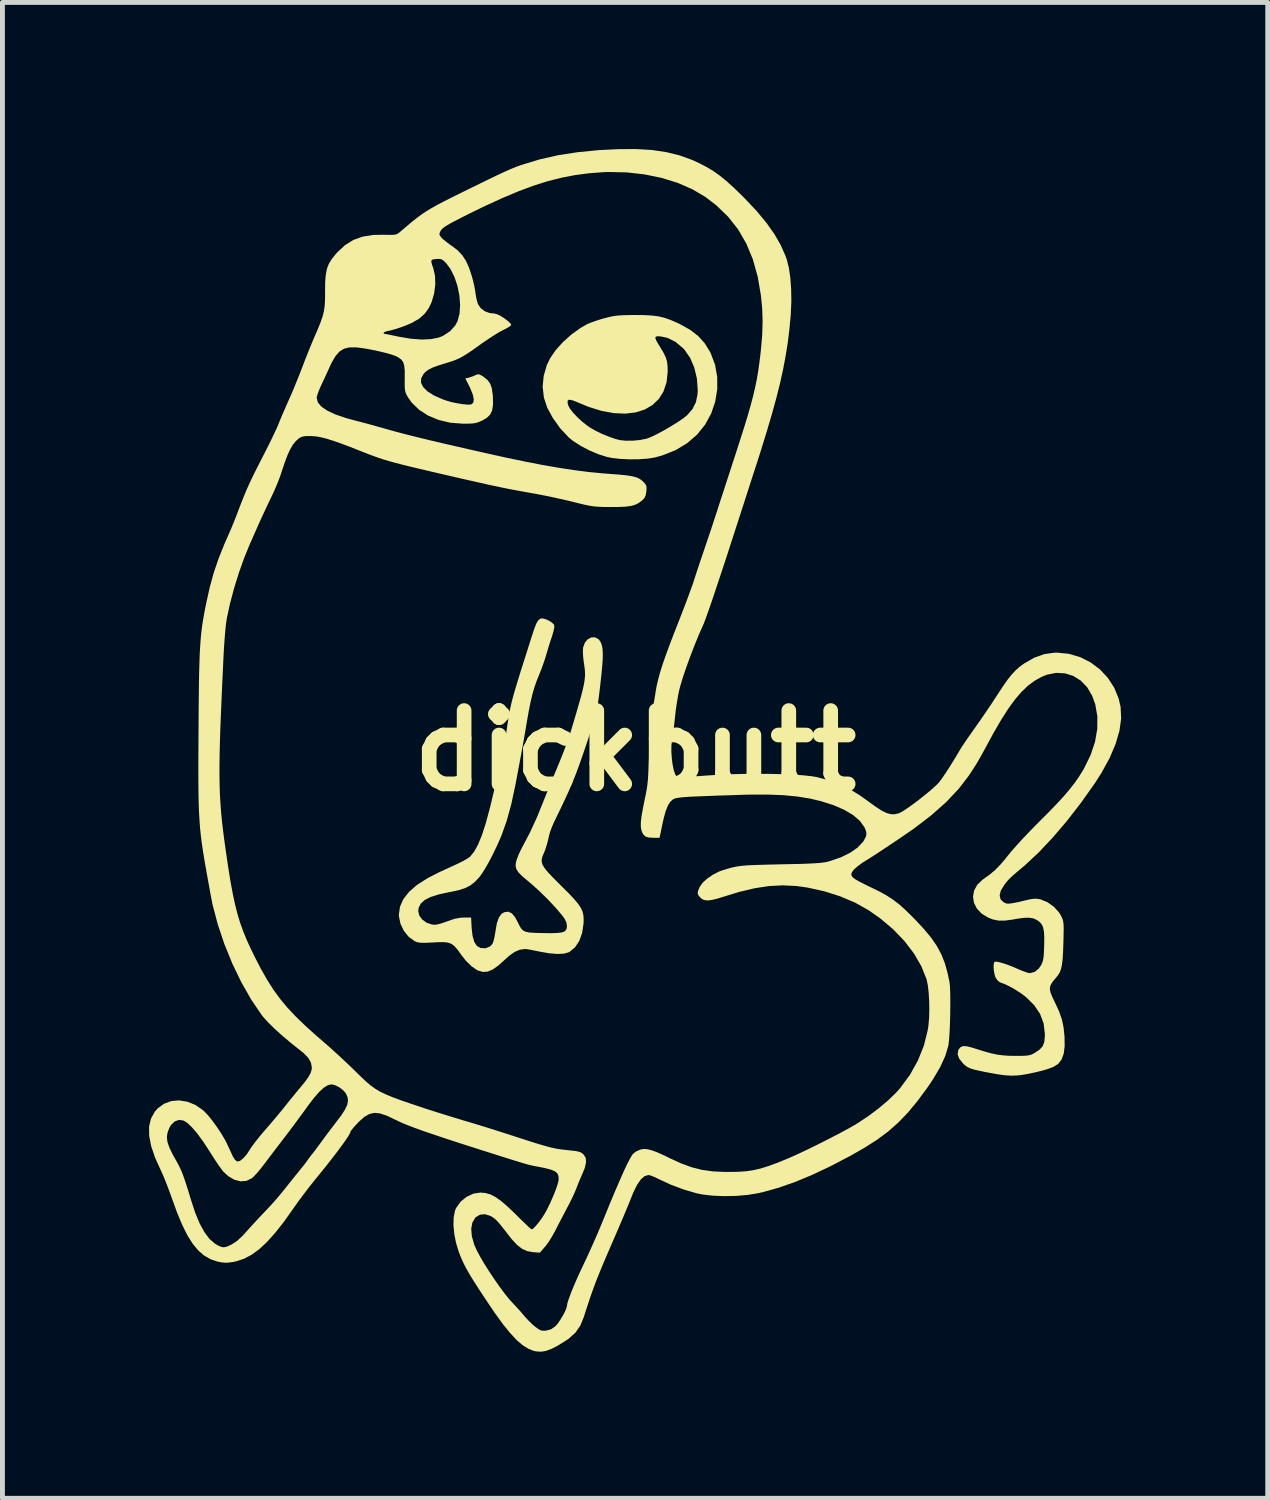
<source format=kicad_pcb>
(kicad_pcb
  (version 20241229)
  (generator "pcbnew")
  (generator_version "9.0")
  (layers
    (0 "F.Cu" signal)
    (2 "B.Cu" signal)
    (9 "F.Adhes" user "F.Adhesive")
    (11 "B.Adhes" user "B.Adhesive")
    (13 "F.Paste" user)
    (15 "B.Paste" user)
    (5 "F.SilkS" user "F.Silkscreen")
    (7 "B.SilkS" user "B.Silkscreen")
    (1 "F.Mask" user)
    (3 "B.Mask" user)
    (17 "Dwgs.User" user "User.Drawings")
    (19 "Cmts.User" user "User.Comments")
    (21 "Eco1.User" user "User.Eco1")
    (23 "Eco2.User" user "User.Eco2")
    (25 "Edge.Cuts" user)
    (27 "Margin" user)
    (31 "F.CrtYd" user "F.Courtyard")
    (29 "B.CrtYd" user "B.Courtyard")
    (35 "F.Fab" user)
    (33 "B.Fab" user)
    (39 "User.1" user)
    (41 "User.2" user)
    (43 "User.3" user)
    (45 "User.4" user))
  (footprint "dickbutt"
    (layer "F.Cu")
    (at 9.946 12.31)
    (property "Reference" "dickbutt" (at 0 0 0) (layer "F.SilkS") (effects (font (size 1.5 1.5) (thickness 0.3))))
    (attr board_only exclude_from_pos_files exclude_from_bom)
    (fp_poly (pts (xy 0.184 -8.913) (xy 0.343 -8.904) (xy 0.479 -8.887) (xy 0.602 -8.857) (xy 0.726 -8.813) (xy 0.864 -8.753) (xy 0.918 -8.727) (xy 1.124 -8.612) (xy 1.29 -8.484) (xy 1.423 -8.336) (xy 1.532 -8.159) (xy 1.546 -8.131) (xy 1.634 -7.897) (xy 1.678 -7.649) (xy 1.679 -7.395) (xy 1.637 -7.141) (xy 1.554 -6.897) (xy 1.432 -6.674) (xy 1.265 -6.466) (xy 1.06 -6.29) (xy 0.822 -6.148) (xy 0.552 -6.041) (xy 0.398 -5.999) (xy 0.253 -5.976) (xy 0.075 -5.964) (xy -0.117 -5.962) (xy -0.307 -5.971) (xy -0.478 -5.991) (xy -0.581 -6.012) (xy -0.755 -6.067) (xy -0.938 -6.145) (xy -1.114 -6.237) (xy -1.268 -6.336) (xy -1.36 -6.41) (xy -1.533 -6.595) (xy -1.687 -6.811) (xy -1.798 -7.015) (xy -1.845 -7.156) (xy -1.384 -7.156) (xy -1.381 -7.107) (xy -1.372 -7.07) (xy -1.338 -7.004) (xy -1.272 -6.918) (xy -1.183 -6.824) (xy -1.081 -6.73) (xy -0.974 -6.646) (xy -0.916 -6.607) (xy -0.804 -6.543) (xy -0.669 -6.479) (xy -0.528 -6.422) (xy -0.398 -6.377) (xy -0.31 -6.355) (xy -0.188 -6.343) (xy -0.043 -6.344) (xy 0.102 -6.358) (xy 0.226 -6.383) (xy 0.258 -6.393) (xy 0.354 -6.433) (xy 0.475 -6.493) (xy 0.61 -6.567) (xy 0.748 -6.648) (xy 0.876 -6.728) (xy 0.983 -6.801) (xy 1.057 -6.86) (xy 1.058 -6.86) (xy 1.172 -6.99) (xy 1.243 -7.132) (xy 1.276 -7.296) (xy 1.28 -7.38) (xy 1.262 -7.618) (xy 1.209 -7.839) (xy 1.125 -8.036) (xy 1.012 -8.2) (xy 0.975 -8.24) (xy 0.823 -8.366) (xy 0.665 -8.445) (xy 0.53 -8.476) (xy 0.459 -8.481) (xy 0.42 -8.471) (xy 0.412 -8.441) (xy 0.435 -8.385) (xy 0.488 -8.295) (xy 0.502 -8.273) (xy 0.576 -8.15) (xy 0.624 -8.051) (xy 0.652 -7.96) (xy 0.663 -7.861) (xy 0.665 -7.754) (xy 0.642 -7.539) (xy 0.58 -7.353) (xy 0.484 -7.198) (xy 0.355 -7.074) (xy 0.196 -6.981) (xy 0.01 -6.922) (xy -0.201 -6.897) (xy -0.433 -6.907) (xy -0.684 -6.952) (xy -0.952 -7.035) (xy -1.115 -7.102) (xy -1.235 -7.152) (xy -1.316 -7.178) (xy -1.364 -7.18) (xy -1.384 -7.156) (xy -1.845 -7.156) (xy -1.868 -7.225) (xy -1.893 -7.447) (xy -1.872 -7.671) (xy -1.808 -7.89) (xy -1.739 -8.033) (xy -1.625 -8.198) (xy -1.476 -8.363) (xy -1.303 -8.518) (xy -1.117 -8.651) (xy -0.983 -8.728) (xy -0.912 -8.758) (xy -0.81 -8.794) (xy -0.694 -8.831) (xy -0.637 -8.847) (xy -0.534 -8.874) (xy -0.444 -8.892) (xy -0.354 -8.904) (xy -0.248 -8.911) (xy -0.115 -8.914) (xy -0.012 -8.915)) (stroke (width 0) (type solid)) (fill yes) (layer "F.SilkS"))
    (fp_poly (pts (xy -1.823 -2.687) (xy -1.781 -2.669) (xy -1.713 -2.629) (xy -1.666 -2.586) (xy -1.656 -2.569) (xy -1.656 -2.523) (xy -1.671 -2.446) (xy -1.698 -2.354) (xy -1.702 -2.342) (xy -1.741 -2.225) (xy -1.783 -2.089) (xy -1.819 -1.966) (xy -1.859 -1.839) (xy -1.908 -1.699) (xy -1.956 -1.578) (xy -2.014 -1.434) (xy -2.063 -1.295) (xy -2.105 -1.148) (xy -2.144 -0.982) (xy -2.182 -0.787) (xy -2.215 -0.6) (xy -2.244 -0.426) (xy -2.277 -0.238) (xy -2.31 -0.055) (xy -2.339 0.107) (xy -2.352 0.173) (xy -2.379 0.318) (xy -2.407 0.466) (xy -2.432 0.6) (xy -2.452 0.704) (xy -2.452 0.705) (xy -2.535 1.094) (xy -2.631 1.441) (xy -2.739 1.742) (xy -2.747 1.761) (xy -2.824 1.937) (xy -2.908 2.112) (xy -2.993 2.275) (xy -3.075 2.419) (xy -3.148 2.532) (xy -3.195 2.594) (xy -3.282 2.685) (xy -3.37 2.754) (xy -3.469 2.806) (xy -3.591 2.847) (xy -3.747 2.883) (xy -3.809 2.894) (xy -4.02 2.94) (xy -4.185 2.992) (xy -4.306 3.054) (xy -4.387 3.127) (xy -4.43 3.212) (xy -4.439 3.284) (xy -4.416 3.375) (xy -4.355 3.456) (xy -4.265 3.52) (xy -4.157 3.556) (xy -4.096 3.561) (xy -4.038 3.552) (xy -3.952 3.528) (xy -3.854 3.494) (xy -3.837 3.487) (xy -3.694 3.438) (xy -3.568 3.416) (xy -3.505 3.413) (xy -3.357 3.413) (xy -3.347 3.618) (xy -3.328 3.787) (xy -3.292 3.912) (xy -3.237 3.995) (xy -3.163 4.036) (xy -3.162 4.037) (xy -3.059 4.041) (xy -2.97 4.004) (xy -2.921 3.952) (xy -2.901 3.901) (xy -2.88 3.817) (xy -2.862 3.716) (xy -2.858 3.688) (xy -2.83 3.527) (xy -2.788 3.411) (xy -2.733 3.336) (xy -2.677 3.304) (xy -2.597 3.293) (xy -2.527 3.325) (xy -2.461 3.401) (xy -2.414 3.486) (xy -2.371 3.573) (xy -2.334 3.636) (xy -2.293 3.678) (xy -2.241 3.704) (xy -2.166 3.719) (xy -2.062 3.726) (xy -1.918 3.73) (xy -1.897 3.73) (xy -1.727 3.733) (xy -1.599 3.729) (xy -1.509 3.719) (xy -1.45 3.7) (xy -1.416 3.67) (xy -1.4 3.628) (xy -1.397 3.585) (xy -1.407 3.514) (xy -1.442 3.441) (xy -1.493 3.371) (xy -1.625 3.215) (xy -1.782 3.047) (xy -1.951 2.881) (xy -2.115 2.732) (xy -2.193 2.667) (xy -2.308 2.57) (xy -2.386 2.492) (xy -2.431 2.423) (xy -2.447 2.355) (xy -2.439 2.279) (xy -2.421 2.218) (xy -2.386 2.127) (xy -2.337 2.023) (xy -2.302 1.957) (xy -2.154 1.674) (xy -2.01 1.363) (xy -1.909 1.113) (xy -1.863 0.998) (xy -1.804 0.85) (xy -1.736 0.683) (xy -1.665 0.51) (xy -1.599 0.353) (xy -1.534 0.195) (xy -1.471 0.037) (xy -1.415 -0.11) (xy -1.369 -0.233) (xy -1.339 -0.323) (xy -1.338 -0.327) (xy -1.26 -0.588) (xy -1.195 -0.807) (xy -1.143 -0.989) (xy -1.101 -1.139) (xy -1.07 -1.263) (xy -1.048 -1.365) (xy -1.034 -1.451) (xy -1.027 -1.526) (xy -1.027 -1.596) (xy -1.031 -1.664) (xy -1.041 -1.738) (xy -1.053 -1.821) (xy -1.055 -1.832) (xy -1.066 -1.938) (xy -1.07 -2.038) (xy -1.066 -2.111) (xy -1.065 -2.113) (xy -1.03 -2.21) (xy -0.972 -2.28) (xy -0.9 -2.318) (xy -0.824 -2.321) (xy -0.754 -2.284) (xy -0.733 -2.262) (xy -0.704 -2.217) (xy -0.683 -2.162) (xy -0.669 -2.091) (xy -0.663 -2.001) (xy -0.664 -1.886) (xy -0.674 -1.74) (xy -0.691 -1.56) (xy -0.715 -1.34) (xy -0.74 -1.133) (xy -0.755 -1.02) (xy -0.768 -0.925) (xy -0.784 -0.84) (xy -0.803 -0.755) (xy -0.828 -0.661) (xy -0.862 -0.549) (xy -0.907 -0.41) (xy -0.964 -0.236) (xy -0.977 -0.198) (xy -1.063 0.058) (xy -1.14 0.278) (xy -1.212 0.472) (xy -1.284 0.652) (xy -1.36 0.828) (xy -1.444 1.011) (xy -1.534 1.2) (xy -1.607 1.349) (xy -1.661 1.463) (xy -1.7 1.551) (xy -1.728 1.623) (xy -1.749 1.687) (xy -1.766 1.752) (xy -1.781 1.821) (xy -1.809 1.926) (xy -1.843 2.031) (xy -1.865 2.086) (xy -1.895 2.156) (xy -1.912 2.217) (xy -1.913 2.274) (xy -1.895 2.333) (xy -1.855 2.4) (xy -1.79 2.481) (xy -1.696 2.581) (xy -1.571 2.707) (xy -1.501 2.777) (xy -1.358 2.919) (xy -1.249 3.035) (xy -1.168 3.131) (xy -1.112 3.215) (xy -1.077 3.292) (xy -1.059 3.37) (xy -1.054 3.456) (xy -1.057 3.536) (xy -1.085 3.727) (xy -1.144 3.891) (xy -1.23 4.021) (xy -1.342 4.114) (xy -1.359 4.123) (xy -1.454 4.151) (xy -1.588 4.158) (xy -1.756 4.145) (xy -1.952 4.111) (xy -1.966 4.108) (xy -2.073 4.086) (xy -2.166 4.068) (xy -2.231 4.058) (xy -2.251 4.057) (xy -2.358 4.07) (xy -2.464 4.115) (xy -2.579 4.196) (xy -2.67 4.278) (xy -2.804 4.398) (xy -2.919 4.478) (xy -3.021 4.52) (xy -3.116 4.526) (xy -3.21 4.499) (xy -3.24 4.485) (xy -3.35 4.409) (xy -3.463 4.298) (xy -3.556 4.18) (xy -3.632 4.074) (xy -3.696 4) (xy -3.758 3.952) (xy -3.83 3.925) (xy -3.923 3.916) (xy -4.048 3.918) (xy -4.137 3.923) (xy -4.267 3.929) (xy -4.359 3.93) (xy -4.424 3.925) (xy -4.473 3.913) (xy -4.514 3.895) (xy -4.635 3.807) (xy -4.733 3.685) (xy -4.802 3.541) (xy -4.834 3.388) (xy -4.835 3.352) (xy -4.812 3.19) (xy -4.743 3.035) (xy -4.626 2.886) (xy -4.462 2.744) (xy -4.249 2.608) (xy -4.011 2.486) (xy -3.889 2.43) (xy -3.752 2.367) (xy -3.629 2.311) (xy -3.533 2.263) (xy -3.448 2.215) (xy -3.389 2.176) (xy -3.38 2.169) (xy -3.298 2.069) (xy -3.217 1.924) (xy -3.138 1.733) (xy -3.06 1.495) (xy -2.983 1.209) (xy -2.967 1.147) (xy -2.903 0.881) (xy -2.849 0.656) (xy -2.804 0.466) (xy -2.767 0.305) (xy -2.736 0.165) (xy -2.71 0.041) (xy -2.688 -0.074) (xy -2.668 -0.187) (xy -2.648 -0.305) (xy -2.628 -0.433) (xy -2.611 -0.55) (xy -2.596 -0.646) (xy -2.582 -0.732) (xy -2.568 -0.813) (xy -2.551 -0.894) (xy -2.531 -0.98) (xy -2.507 -1.074) (xy -2.477 -1.183) (xy -2.439 -1.311) (xy -2.393 -1.463) (xy -2.337 -1.644) (xy -2.269 -1.858) (xy -2.189 -2.11) (xy -2.112 -2.352) (xy -2.063 -2.5) (xy -2.022 -2.604) (xy -1.982 -2.67) (xy -1.938 -2.703) (xy -1.887 -2.707)) (stroke (width 0) (type solid)) (fill yes) (layer "F.SilkS"))
    (fp_poly (pts (xy 0.344 -12.291) (xy 0.634 -12.248) (xy 0.904 -12.182) (xy 1.16 -12.09) (xy 1.311 -12.021) (xy 1.461 -11.943) (xy 1.599 -11.86) (xy 1.733 -11.765) (xy 1.872 -11.652) (xy 2.023 -11.515) (xy 2.196 -11.347) (xy 2.238 -11.304) (xy 2.482 -11.046) (xy 2.684 -10.803) (xy 2.848 -10.571) (xy 2.978 -10.345) (xy 3.077 -10.12) (xy 3.102 -10.048) (xy 3.144 -9.882) (xy 3.174 -9.679) (xy 3.191 -9.447) (xy 3.195 -9.198) (xy 3.184 -8.941) (xy 3.181 -8.895) (xy 3.155 -8.621) (xy 3.122 -8.352) (xy 3.079 -8.082) (xy 3.027 -7.806) (xy 2.963 -7.517) (xy 2.886 -7.21) (xy 2.794 -6.877) (xy 2.687 -6.515) (xy 2.563 -6.115) (xy 2.498 -5.911) (xy 2.456 -5.782) (xy 2.402 -5.616) (xy 2.34 -5.423) (xy 2.272 -5.213) (xy 2.202 -4.996) (xy 2.133 -4.782) (xy 2.114 -4.724) (xy 1.977 -4.3) (xy 1.854 -3.921) (xy 1.744 -3.588) (xy 1.648 -3.3) (xy 1.567 -3.058) (xy 1.499 -2.863) (xy 1.446 -2.714) (xy 1.407 -2.611) (xy 1.39 -2.572) (xy 1.3 -2.368) (xy 1.21 -2.147) (xy 1.123 -1.921) (xy 1.043 -1.7) (xy 0.974 -1.496) (xy 0.921 -1.319) (xy 0.901 -1.242) (xy 0.878 -1.131) (xy 0.854 -0.988) (xy 0.831 -0.834) (xy 0.815 -0.693) (xy 0.8 -0.553) (xy 0.783 -0.417) (xy 0.767 -0.299) (xy 0.753 -0.214) (xy 0.753 -0.21) (xy 0.741 -0.104) (xy 0.74 0.02) (xy 0.749 0.153) (xy 0.765 0.281) (xy 0.788 0.393) (xy 0.816 0.478) (xy 0.845 0.523) (xy 0.871 0.531) (xy 0.927 0.535) (xy 1.016 0.534) (xy 1.143 0.528) (xy 1.312 0.518) (xy 1.465 0.507) (xy 1.71 0.492) (xy 1.969 0.481) (xy 2.236 0.474) (xy 2.503 0.472) (xy 2.764 0.474) (xy 3.011 0.48) (xy 3.237 0.489) (xy 3.436 0.503) (xy 3.599 0.52) (xy 3.721 0.54) (xy 3.722 0.541) (xy 3.968 0.606) (xy 4.188 0.686) (xy 4.395 0.788) (xy 4.604 0.918) (xy 4.773 1.039) (xy 4.923 1.147) (xy 5.043 1.225) (xy 5.143 1.274) (xy 5.228 1.298) (xy 5.306 1.3) (xy 5.385 1.283) (xy 5.396 1.279) (xy 5.457 1.249) (xy 5.546 1.192) (xy 5.654 1.116) (xy 5.774 1.027) (xy 5.895 0.932) (xy 6.011 0.838) (xy 6.112 0.75) (xy 6.189 0.677) (xy 6.222 0.64) (xy 6.279 0.563) (xy 6.354 0.453) (xy 6.44 0.32) (xy 6.531 0.173) (xy 6.621 0.023) (xy 6.649 -0.025) (xy 6.685 -0.083) (xy 6.744 -0.171) (xy 6.819 -0.28) (xy 6.904 -0.401) (xy 6.961 -0.482) (xy 7.064 -0.629) (xy 7.177 -0.793) (xy 7.288 -0.957) (xy 7.384 -1.104) (xy 7.411 -1.145) (xy 7.524 -1.318) (xy 7.62 -1.455) (xy 7.707 -1.563) (xy 7.789 -1.65) (xy 7.873 -1.724) (xy 7.955 -1.783) (xy 8.166 -1.904) (xy 8.375 -1.978) (xy 8.59 -2.007) (xy 8.632 -2.007) (xy 8.874 -1.983) (xy 9.105 -1.915) (xy 9.318 -1.807) (xy 9.509 -1.664) (xy 9.671 -1.49) (xy 9.801 -1.289) (xy 9.892 -1.068) (xy 9.931 -0.897) (xy 9.943 -0.665) (xy 9.909 -0.413) (xy 9.831 -0.143) (xy 9.709 0.145) (xy 9.542 0.45) (xy 9.404 0.666) (xy 9.124 1.061) (xy 8.838 1.431) (xy 8.548 1.771) (xy 8.261 2.076) (xy 7.979 2.339) (xy 7.904 2.403) (xy 7.799 2.491) (xy 7.723 2.557) (xy 7.668 2.608) (xy 7.625 2.653) (xy 7.586 2.7) (xy 7.546 2.753) (xy 7.479 2.866) (xy 7.457 2.964) (xy 7.478 3.044) (xy 7.542 3.103) (xy 7.598 3.127) (xy 7.647 3.129) (xy 7.732 3.117) (xy 7.843 3.095) (xy 7.916 3.078) (xy 8.037 3.049) (xy 8.124 3.032) (xy 8.188 3.027) (xy 8.244 3.031) (xy 8.293 3.041) (xy 8.435 3.099) (xy 8.567 3.193) (xy 8.673 3.31) (xy 8.709 3.371) (xy 8.732 3.417) (xy 8.749 3.459) (xy 8.759 3.505) (xy 8.765 3.563) (xy 8.767 3.643) (xy 8.765 3.754) (xy 8.762 3.904) (xy 8.761 3.931) (xy 8.754 4.12) (xy 8.745 4.267) (xy 8.731 4.38) (xy 8.712 4.468) (xy 8.685 4.538) (xy 8.648 4.597) (xy 8.609 4.645) (xy 8.539 4.728) (xy 8.497 4.798) (xy 8.483 4.866) (xy 8.496 4.943) (xy 8.536 5.042) (xy 8.585 5.144) (xy 8.672 5.331) (xy 8.731 5.499) (xy 8.766 5.668) (xy 8.784 5.849) (xy 8.787 6.043) (xy 8.768 6.196) (xy 8.726 6.314) (xy 8.66 6.402) (xy 8.567 6.464) (xy 8.562 6.466) (xy 8.462 6.505) (xy 8.329 6.545) (xy 8.178 6.582) (xy 8.025 6.614) (xy 7.886 6.637) (xy 7.815 6.644) (xy 7.686 6.648) (xy 7.551 6.639) (xy 7.393 6.616) (xy 7.333 6.605) (xy 7.159 6.573) (xy 7.027 6.545) (xy 6.928 6.522) (xy 6.855 6.498) (xy 6.801 6.473) (xy 6.758 6.444) (xy 6.718 6.408) (xy 6.709 6.4) (xy 6.63 6.302) (xy 6.597 6.212) (xy 6.61 6.128) (xy 6.619 6.111) (xy 6.655 6.066) (xy 6.703 6.044) (xy 6.774 6.045) (xy 6.876 6.069) (xy 6.957 6.094) (xy 7.132 6.149) (xy 7.275 6.189) (xy 7.398 6.216) (xy 7.515 6.232) (xy 7.64 6.241) (xy 7.766 6.243) (xy 7.895 6.243) (xy 7.986 6.24) (xy 8.051 6.232) (xy 8.102 6.218) (xy 8.151 6.195) (xy 8.172 6.183) (xy 8.271 6.118) (xy 8.334 6.05) (xy 8.369 5.965) (xy 8.381 5.851) (xy 8.382 5.788) (xy 8.356 5.579) (xy 8.284 5.386) (xy 8.165 5.208) (xy 7.999 5.043) (xy 7.891 4.961) (xy 7.736 4.863) (xy 7.583 4.784) (xy 7.465 4.739) (xy 7.42 4.706) (xy 7.377 4.648) (xy 7.373 4.639) (xy 7.351 4.572) (xy 7.337 4.49) (xy 7.333 4.409) (xy 7.339 4.346) (xy 7.354 4.318) (xy 7.395 4.316) (xy 7.471 4.332) (xy 7.574 4.363) (xy 7.693 4.407) (xy 7.82 4.461) (xy 7.916 4.502) (xy 8 4.533) (xy 8.059 4.549) (xy 8.071 4.551) (xy 8.171 4.527) (xy 8.257 4.457) (xy 8.301 4.394) (xy 8.326 4.344) (xy 8.343 4.292) (xy 8.355 4.226) (xy 8.362 4.135) (xy 8.367 4.008) (xy 8.368 3.979) (xy 8.37 3.819) (xy 8.363 3.699) (xy 8.345 3.611) (xy 8.313 3.546) (xy 8.266 3.496) (xy 8.216 3.462) (xy 8.149 3.431) (xy 8.069 3.417) (xy 7.966 3.418) (xy 7.83 3.435) (xy 7.732 3.453) (xy 7.571 3.475) (xy 7.438 3.476) (xy 7.319 3.452) (xy 7.223 3.415) (xy 7.087 3.332) (xy 6.99 3.228) (xy 6.931 3.11) (xy 6.912 2.985) (xy 6.934 2.86) (xy 6.999 2.742) (xy 7.105 2.64) (xy 7.121 2.629) (xy 7.252 2.535) (xy 7.363 2.442) (xy 7.467 2.336) (xy 7.578 2.206) (xy 7.628 2.142) (xy 7.701 2.053) (xy 7.803 1.938) (xy 7.924 1.805) (xy 8.058 1.664) (xy 8.197 1.521) (xy 8.284 1.434) (xy 8.48 1.238) (xy 8.644 1.067) (xy 8.781 0.917) (xy 8.896 0.781) (xy 8.995 0.654) (xy 9.082 0.528) (xy 9.162 0.399) (xy 9.183 0.363) (xy 9.317 0.09) (xy 9.408 -0.181) (xy 9.454 -0.447) (xy 9.456 -0.704) (xy 9.413 -0.949) (xy 9.349 -1.125) (xy 9.247 -1.299) (xy 9.117 -1.434) (xy 8.964 -1.53) (xy 8.795 -1.583) (xy 8.614 -1.593) (xy 8.428 -1.557) (xy 8.314 -1.511) (xy 8.173 -1.432) (xy 8.037 -1.331) (xy 7.904 -1.204) (xy 7.77 -1.048) (xy 7.632 -0.858) (xy 7.487 -0.631) (xy 7.331 -0.363) (xy 7.235 -0.185) (xy 7.147 -0.024) (xy 7.077 0.104) (xy 7.017 0.209) (xy 6.962 0.301) (xy 6.905 0.39) (xy 6.841 0.487) (xy 6.828 0.507) (xy 6.621 0.777) (xy 6.366 1.048) (xy 6.063 1.317) (xy 5.715 1.584) (xy 5.676 1.612) (xy 5.588 1.672) (xy 5.478 1.748) (xy 5.354 1.832) (xy 5.223 1.92) (xy 5.093 2.006) (xy 4.974 2.085) (xy 4.871 2.152) (xy 4.795 2.201) (xy 4.756 2.225) (xy 4.647 2.293) (xy 4.55 2.365) (xy 4.476 2.431) (xy 4.436 2.484) (xy 4.435 2.485) (xy 4.423 2.523) (xy 4.427 2.557) (xy 4.452 2.591) (xy 4.504 2.63) (xy 4.587 2.678) (xy 4.707 2.739) (xy 4.81 2.789) (xy 4.992 2.878) (xy 5.143 2.961) (xy 5.274 3.046) (xy 5.397 3.14) (xy 5.524 3.253) (xy 5.666 3.392) (xy 5.728 3.455) (xy 5.911 3.651) (xy 6.058 3.829) (xy 6.174 3.999) (xy 6.265 4.169) (xy 6.336 4.348) (xy 6.392 4.548) (xy 6.431 4.736) (xy 6.44 4.814) (xy 6.445 4.931) (xy 6.447 5.077) (xy 6.447 5.242) (xy 6.445 5.415) (xy 6.44 5.587) (xy 6.433 5.748) (xy 6.424 5.887) (xy 6.413 5.994) (xy 6.406 6.041) (xy 6.344 6.246) (xy 6.24 6.473) (xy 6.093 6.723) (xy 5.973 6.9) (xy 5.774 7.169) (xy 5.581 7.402) (xy 5.386 7.605) (xy 5.179 7.788) (xy 4.951 7.958) (xy 4.692 8.123) (xy 4.401 8.289) (xy 3.996 8.501) (xy 3.619 8.679) (xy 3.267 8.825) (xy 2.935 8.941) (xy 2.617 9.03) (xy 2.499 9.056) (xy 2.294 9.089) (xy 2.065 9.108) (xy 1.827 9.113) (xy 1.597 9.104) (xy 1.388 9.081) (xy 1.261 9.056) (xy 0.995 8.978) (xy 0.732 8.88) (xy 0.495 8.77) (xy 0.485 8.765) (xy 0.398 8.723) (xy 0.322 8.693) (xy 0.273 8.681) (xy 0.272 8.681) (xy 0.193 8.703) (xy 0.115 8.771) (xy 0.037 8.885) (xy -0.042 9.046) (xy -0.091 9.169) (xy -0.116 9.232) (xy -0.157 9.332) (xy -0.211 9.461) (xy -0.274 9.61) (xy -0.343 9.772) (xy -0.39 9.881) (xy -0.498 10.13) (xy -0.589 10.341) (xy -0.665 10.52) (xy -0.729 10.675) (xy -0.784 10.812) (xy -0.832 10.937) (xy -0.876 11.059) (xy -0.92 11.183) (xy -0.964 11.316) (xy -1.013 11.466) (xy -1.051 11.587) (xy -1.124 11.764) (xy -1.223 11.907) (xy -1.358 12.027) (xy -1.411 12.064) (xy -1.574 12.166) (xy -1.708 12.236) (xy -1.822 12.279) (xy -1.924 12.296) (xy -2.022 12.29) (xy -2.072 12.28) (xy -2.184 12.237) (xy -2.301 12.164) (xy -2.425 12.058) (xy -2.558 11.915) (xy -2.705 11.734) (xy -2.866 11.512) (xy -2.975 11.352) (xy -3.113 11.145) (xy -3.226 10.972) (xy -3.318 10.828) (xy -3.392 10.707) (xy -3.451 10.603) (xy -3.5 10.509) (xy -3.542 10.421) (xy -3.579 10.332) (xy -3.607 10.259) (xy -3.664 10.076) (xy -3.701 9.89) (xy -3.718 9.71) (xy -3.714 9.548) (xy -3.688 9.414) (xy -3.665 9.357) (xy -3.572 9.227) (xy -3.449 9.126) (xy -3.307 9.061) (xy -3.166 9.04) (xy -3.064 9.049) (xy -2.964 9.077) (xy -2.86 9.13) (xy -2.745 9.211) (xy -2.614 9.323) (xy -2.459 9.471) (xy -2.441 9.489) (xy -2.341 9.589) (xy -2.252 9.674) (xy -2.182 9.741) (xy -2.135 9.782) (xy -2.118 9.794) (xy -2.085 9.775) (xy -2.033 9.722) (xy -1.971 9.647) (xy -1.906 9.558) (xy -1.859 9.485) (xy -1.8 9.378) (xy -1.739 9.253) (xy -1.681 9.121) (xy -1.63 8.994) (xy -1.591 8.882) (xy -1.569 8.797) (xy -1.566 8.769) (xy -1.57 8.7) (xy -1.593 8.646) (xy -1.642 8.605) (xy -1.722 8.571) (xy -1.841 8.54) (xy -1.954 8.517) (xy -2.023 8.504) (xy -2.082 8.493) (xy -2.136 8.481) (xy -2.193 8.467) (xy -2.261 8.448) (xy -2.347 8.422) (xy -2.458 8.388) (xy -2.602 8.343) (xy -2.782 8.286) (xy -3.142 8.172) (xy -3.458 8.071) (xy -3.734 7.982) (xy -3.972 7.903) (xy -4.178 7.834) (xy -4.353 7.774) (xy -4.502 7.72) (xy -4.628 7.672) (xy -4.735 7.629) (xy -4.826 7.589) (xy -4.904 7.551) (xy -4.919 7.544) (xy -5.083 7.466) (xy -5.219 7.421) (xy -5.334 7.409) (xy -5.437 7.432) (xy -5.538 7.489) (xy -5.644 7.582) (xy -5.67 7.609) (xy -5.739 7.682) (xy -5.791 7.744) (xy -5.821 7.784) (xy -5.824 7.793) (xy -5.84 7.835) (xy -5.886 7.912) (xy -5.96 8.019) (xy -6.059 8.155) (xy -6.182 8.316) (xy -6.325 8.499) (xy -6.488 8.7) (xy -6.557 8.785) (xy -6.664 8.919) (xy -6.78 9.071) (xy -6.892 9.221) (xy -6.987 9.355) (xy -7 9.374) (xy -7.191 9.643) (xy -7.369 9.868) (xy -7.535 10.053) (xy -7.695 10.201) (xy -7.851 10.314) (xy -8.006 10.395) (xy -8.164 10.447) (xy -8.244 10.463) (xy -8.359 10.476) (xy -8.459 10.469) (xy -8.553 10.45) (xy -8.693 10.401) (xy -8.822 10.327) (xy -8.94 10.224) (xy -9.052 10.089) (xy -9.16 9.918) (xy -9.265 9.708) (xy -9.371 9.455) (xy -9.472 9.176) (xy -9.526 9.027) (xy -9.581 8.881) (xy -9.633 8.749) (xy -9.678 8.644) (xy -9.699 8.599) (xy -9.821 8.331) (xy -9.903 8.091) (xy -9.938 7.908) (xy -9.582 7.908) (xy -9.57 8.005) (xy -9.532 8.116) (xy -9.467 8.252) (xy -9.403 8.367) (xy -9.354 8.455) (xy -9.311 8.539) (xy -9.272 8.628) (xy -9.234 8.73) (xy -9.192 8.854) (xy -9.143 9.009) (xy -9.09 9.184) (xy -9.002 9.453) (xy -8.91 9.674) (xy -8.813 9.851) (xy -8.71 9.988) (xy -8.598 10.085) (xy -8.547 10.116) (xy -8.476 10.149) (xy -8.418 10.16) (xy -8.356 10.147) (xy -8.272 10.11) (xy -8.256 10.102) (xy -8.146 10.03) (xy -8.028 9.92) (xy -7.986 9.873) (xy -7.905 9.783) (xy -7.806 9.674) (xy -7.702 9.562) (xy -7.641 9.497) (xy -7.536 9.387) (xy -7.451 9.296) (xy -7.377 9.214) (xy -7.305 9.13) (xy -7.226 9.035) (xy -7.132 8.918) (xy -7.061 8.829) (xy -6.977 8.724) (xy -6.901 8.63) (xy -6.84 8.554) (xy -6.8 8.505) (xy -6.792 8.496) (xy -6.751 8.443) (xy -6.701 8.375) (xy -6.691 8.359) (xy -6.647 8.299) (xy -6.611 8.254) (xy -6.604 8.246) (xy -6.58 8.216) (xy -6.534 8.155) (xy -6.474 8.074) (xy -6.43 8.014) (xy -6.343 7.895) (xy -6.243 7.762) (xy -6.149 7.639) (xy -6.126 7.609) (xy -6.015 7.463) (xy -5.938 7.344) (xy -5.892 7.245) (xy -5.876 7.162) (xy -5.886 7.085) (xy -5.92 7.01) (xy -5.922 7.006) (xy -5.978 6.943) (xy -6.058 6.884) (xy -6.144 6.842) (xy -6.213 6.826) (xy -6.286 6.842) (xy -6.368 6.892) (xy -6.463 6.978) (xy -6.572 7.103) (xy -6.699 7.269) (xy -6.746 7.335) (xy -6.818 7.434) (xy -6.91 7.559) (xy -7.012 7.697) (xy -7.115 7.834) (xy -7.158 7.89) (xy -7.26 8.023) (xy -7.367 8.163) (xy -7.469 8.298) (xy -7.556 8.413) (xy -7.585 8.451) (xy -7.662 8.551) (xy -7.739 8.642) (xy -7.805 8.712) (xy -7.842 8.746) (xy -7.951 8.8) (xy -8.072 8.81) (xy -8.199 8.778) (xy -8.324 8.706) (xy -8.423 8.615) (xy -8.467 8.56) (xy -8.529 8.472) (xy -8.602 8.364) (xy -8.679 8.244) (xy -8.706 8.2) (xy -8.834 8.004) (xy -8.954 7.839) (xy -9.065 7.708) (xy -9.162 7.616) (xy -9.239 7.567) (xy -9.332 7.553) (xy -9.42 7.584) (xy -9.496 7.656) (xy -9.535 7.723) (xy -9.569 7.817) (xy -9.582 7.908) (xy -9.938 7.908) (xy -9.944 7.878) (xy -9.946 7.689) (xy -9.907 7.526) (xy -9.829 7.385) (xy -9.772 7.32) (xy -9.641 7.223) (xy -9.492 7.168) (xy -9.33 7.154) (xy -9.163 7.181) (xy -8.998 7.247) (xy -8.843 7.354) (xy -8.824 7.371) (xy -8.744 7.454) (xy -8.652 7.568) (xy -8.556 7.7) (xy -8.465 7.838) (xy -8.389 7.968) (xy -8.354 8.038) (xy -8.307 8.138) (xy -8.263 8.232) (xy -8.231 8.302) (xy -8.227 8.31) (xy -8.189 8.368) (xy -8.148 8.402) (xy -8.141 8.405) (xy -8.087 8.392) (xy -8.021 8.341) (xy -7.949 8.259) (xy -7.879 8.153) (xy -7.877 8.149) (xy -7.834 8.085) (xy -7.766 7.995) (xy -7.682 7.889) (xy -7.59 7.78) (xy -7.567 7.754) (xy -7.463 7.634) (xy -7.354 7.505) (xy -7.251 7.381) (xy -7.168 7.279) (xy -7.164 7.273) (xy -7.076 7.163) (xy -6.98 7.045) (xy -6.891 6.938) (xy -6.859 6.899) (xy -6.756 6.774) (xy -6.686 6.676) (xy -6.642 6.596) (xy -6.62 6.527) (xy -6.616 6.48) (xy -6.634 6.381) (xy -6.689 6.284) (xy -6.786 6.184) (xy -6.852 6.131) (xy -7.039 5.983) (xy -7.216 5.834) (xy -7.375 5.691) (xy -7.509 5.559) (xy -7.612 5.445) (xy -7.64 5.41) (xy -7.856 5.092) (xy -8.058 4.737) (xy -8.243 4.354) (xy -8.406 3.954) (xy -8.542 3.547) (xy -8.648 3.144) (xy -8.692 2.918) (xy -8.711 2.81) (xy -8.731 2.699) (xy -8.743 2.634) (xy -8.781 2.423) (xy -8.814 2.234) (xy -8.842 2.062) (xy -8.866 1.9) (xy -8.886 1.744) (xy -8.902 1.589) (xy -8.914 1.429) (xy -8.924 1.258) (xy -8.931 1.072) (xy -8.935 0.864) (xy -8.937 0.63) (xy -8.938 0.365) (xy -8.938 0.326) (xy -8.506 0.326) (xy -8.505 0.539) (xy -8.502 0.736) (xy -8.495 0.921) (xy -8.484 1.098) (xy -8.471 1.272) (xy -8.454 1.446) (xy -8.433 1.625) (xy -8.409 1.813) (xy -8.381 2.014) (xy -8.37 2.09) (xy -8.323 2.41) (xy -8.278 2.687) (xy -8.233 2.93) (xy -8.187 3.144) (xy -8.138 3.337) (xy -8.084 3.517) (xy -8.022 3.689) (xy -7.952 3.862) (xy -7.87 4.041) (xy -7.787 4.212) (xy -7.657 4.464) (xy -7.53 4.687) (xy -7.402 4.889) (xy -7.265 5.077) (xy -7.114 5.258) (xy -6.943 5.44) (xy -6.745 5.631) (xy -6.516 5.837) (xy -6.369 5.964) (xy -6.229 6.086) (xy -6.072 6.229) (xy -5.912 6.378) (xy -5.766 6.518) (xy -5.713 6.57) (xy -5.6 6.681) (xy -5.501 6.774) (xy -5.409 6.851) (xy -5.316 6.917) (xy -5.217 6.976) (xy -5.103 7.031) (xy -4.968 7.087) (xy -4.805 7.148) (xy -4.607 7.216) (xy -4.439 7.272) (xy -4.275 7.327) (xy -4.112 7.379) (xy -3.941 7.433) (xy -3.753 7.491) (xy -3.537 7.557) (xy -3.284 7.632) (xy -3.252 7.642) (xy -3.157 7.671) (xy -3.024 7.712) (xy -2.863 7.763) (xy -2.685 7.82) (xy -2.498 7.88) (xy -2.348 7.929) (xy -2.138 7.996) (xy -1.967 8.05) (xy -1.828 8.09) (xy -1.713 8.12) (xy -1.615 8.141) (xy -1.525 8.156) (xy -1.457 8.164) (xy -1.323 8.178) (xy -1.228 8.189) (xy -1.164 8.201) (xy -1.12 8.215) (xy -1.088 8.233) (xy -1.059 8.259) (xy -1.057 8.261) (xy -1.013 8.328) (xy -1.005 8.418) (xy -1.031 8.535) (xy -1.078 8.651) (xy -1.125 8.758) (xy -1.171 8.87) (xy -1.202 8.951) (xy -1.234 9.029) (xy -1.282 9.134) (xy -1.34 9.252) (xy -1.39 9.347) (xy -1.459 9.478) (xy -1.533 9.619) (xy -1.601 9.751) (xy -1.637 9.822) (xy -1.698 9.932) (xy -1.765 10.041) (xy -1.829 10.13) (xy -1.848 10.152) (xy -1.95 10.269) (xy -2.092 10.259) (xy -2.209 10.238) (xy -2.314 10.191) (xy -2.418 10.11) (xy -2.527 9.992) (xy -2.575 9.931) (xy -2.675 9.802) (xy -2.752 9.706) (xy -2.81 9.637) (xy -2.858 9.589) (xy -2.9 9.555) (xy -2.942 9.529) (xy -2.96 9.519) (xy -3.073 9.483) (xy -3.176 9.492) (xy -3.263 9.545) (xy -3.271 9.553) (xy -3.331 9.653) (xy -3.355 9.782) (xy -3.342 9.933) (xy -3.294 10.103) (xy -3.243 10.219) (xy -3.174 10.349) (xy -3.085 10.5) (xy -2.981 10.664) (xy -2.87 10.83) (xy -2.759 10.988) (xy -2.655 11.126) (xy -2.565 11.236) (xy -2.534 11.27) (xy -2.445 11.365) (xy -2.354 11.465) (xy -2.278 11.553) (xy -2.262 11.572) (xy -2.185 11.657) (xy -2.1 11.74) (xy -2.04 11.79) (xy -1.969 11.841) (xy -1.914 11.864) (xy -1.853 11.867) (xy -1.822 11.864) (xy -1.723 11.838) (xy -1.636 11.777) (xy -1.627 11.769) (xy -1.578 11.711) (xy -1.523 11.629) (xy -1.469 11.538) (xy -1.426 11.452) (xy -1.401 11.384) (xy -1.397 11.361) (xy -1.387 11.303) (xy -1.356 11.207) (xy -1.309 11.08) (xy -1.247 10.93) (xy -1.174 10.762) (xy -1.092 10.585) (xy -1.058 10.514) (xy -0.975 10.338) (xy -0.883 10.134) (xy -0.79 9.924) (xy -0.706 9.725) (xy -0.663 9.621) (xy -0.532 9.3) (xy -0.417 9.025) (xy -0.317 8.793) (xy -0.233 8.603) (xy -0.162 8.453) (xy -0.105 8.343) (xy -0.061 8.27) (xy -0.04 8.243) (xy 0.019 8.199) (xy 0.096 8.164) (xy 0.108 8.16) (xy 0.175 8.148) (xy 0.252 8.153) (xy 0.345 8.177) (xy 0.463 8.222) (xy 0.611 8.289) (xy 0.705 8.335) (xy 0.94 8.443) (xy 1.155 8.522) (xy 1.364 8.575) (xy 1.584 8.606) (xy 1.83 8.618) (xy 1.917 8.618) (xy 2.106 8.615) (xy 2.268 8.604) (xy 2.417 8.582) (xy 2.565 8.548) (xy 2.725 8.498) (xy 2.911 8.43) (xy 3.003 8.393) (xy 3.156 8.329) (xy 3.339 8.247) (xy 3.542 8.151) (xy 3.754 8.047) (xy 3.967 7.939) (xy 4.17 7.834) (xy 4.352 7.736) (xy 4.503 7.65) (xy 4.561 7.614) (xy 4.774 7.473) (xy 4.981 7.317) (xy 5.173 7.155) (xy 5.336 6.998) (xy 5.419 6.905) (xy 5.621 6.632) (xy 5.785 6.337) (xy 5.908 6.029) (xy 5.986 5.715) (xy 5.999 5.627) (xy 6.013 5.475) (xy 6.018 5.304) (xy 6.015 5.126) (xy 6.005 4.955) (xy 5.988 4.804) (xy 5.964 4.687) (xy 5.961 4.674) (xy 5.855 4.41) (xy 5.704 4.149) (xy 5.511 3.896) (xy 5.279 3.654) (xy 5.011 3.428) (xy 4.772 3.261) (xy 4.501 3.109) (xy 4.195 2.979) (xy 3.867 2.875) (xy 3.529 2.8) (xy 3.299 2.768) (xy 3.021 2.754) (xy 2.737 2.769) (xy 2.441 2.814) (xy 2.122 2.89) (xy 1.859 2.971) (xy 1.701 3.02) (xy 1.58 3.051) (xy 1.49 3.063) (xy 1.422 3.058) (xy 1.369 3.035) (xy 1.334 3.006) (xy 1.293 2.958) (xy 1.278 2.915) (xy 1.288 2.861) (xy 1.324 2.78) (xy 1.325 2.779) (xy 1.382 2.699) (xy 1.474 2.616) (xy 1.587 2.538) (xy 1.708 2.475) (xy 1.768 2.453) (xy 1.862 2.423) (xy 1.944 2.399) (xy 2.022 2.38) (xy 2.101 2.365) (xy 2.189 2.354) (xy 2.293 2.345) (xy 2.419 2.339) (xy 2.575 2.334) (xy 2.767 2.329) (xy 2.98 2.324) (xy 3.212 2.319) (xy 3.401 2.315) (xy 3.552 2.309) (xy 3.672 2.303) (xy 3.766 2.296) (xy 3.841 2.288) (xy 3.904 2.278) (xy 3.958 2.265) (xy 3.982 2.258) (xy 4.206 2.182) (xy 4.397 2.088) (xy 4.55 1.982) (xy 4.66 1.865) (xy 4.68 1.835) (xy 4.723 1.752) (xy 4.732 1.682) (xy 4.709 1.605) (xy 4.689 1.563) (xy 4.597 1.435) (xy 4.459 1.317) (xy 4.278 1.209) (xy 4.057 1.113) (xy 3.798 1.031) (xy 3.578 0.979) (xy 3.32 0.937) (xy 3.028 0.909) (xy 2.697 0.897) (xy 2.323 0.898) (xy 2.214 0.901) (xy 1.917 0.911) (xy 1.666 0.919) (xy 1.456 0.927) (xy 1.284 0.934) (xy 1.144 0.94) (xy 1.034 0.947) (xy 0.95 0.954) (xy 0.886 0.962) (xy 0.839 0.97) (xy 0.806 0.98) (xy 0.781 0.991) (xy 0.769 0.998) (xy 0.716 1.047) (xy 0.669 1.122) (xy 0.626 1.229) (xy 0.585 1.375) (xy 0.554 1.515) (xy 0.499 1.781) (xy 0.381 1.781) (xy 0.282 1.776) (xy 0.217 1.759) (xy 0.174 1.723) (xy 0.147 1.68) (xy 0.125 1.622) (xy 0.115 1.551) (xy 0.116 1.459) (xy 0.13 1.339) (xy 0.157 1.185) (xy 0.189 1.025) (xy 0.215 0.901) (xy 0.235 0.794) (xy 0.25 0.691) (xy 0.261 0.585) (xy 0.269 0.464) (xy 0.276 0.318) (xy 0.282 0.136) (xy 0.285 0.049) (xy 0.293 -0.182) (xy 0.304 -0.386) (xy 0.316 -0.558) (xy 0.33 -0.691) (xy 0.34 -0.754) (xy 0.362 -0.87) (xy 0.386 -1.01) (xy 0.41 -1.153) (xy 0.419 -1.212) (xy 0.44 -1.331) (xy 0.47 -1.457) (xy 0.508 -1.598) (xy 0.558 -1.757) (xy 0.621 -1.94) (xy 0.699 -2.153) (xy 0.794 -2.401) (xy 0.895 -2.658) (xy 0.963 -2.834) (xy 1.031 -3.01) (xy 1.092 -3.174) (xy 1.145 -3.319) (xy 1.186 -3.433) (xy 1.203 -3.487) (xy 1.238 -3.595) (xy 1.284 -3.735) (xy 1.336 -3.891) (xy 1.39 -4.049) (xy 1.413 -4.118) (xy 1.47 -4.286) (xy 1.533 -4.472) (xy 1.594 -4.656) (xy 1.647 -4.819) (xy 1.661 -4.86) (xy 1.695 -4.967) (xy 1.742 -5.113) (xy 1.8 -5.289) (xy 1.864 -5.487) (xy 1.933 -5.698) (xy 2.003 -5.915) (xy 2.055 -6.072) (xy 2.153 -6.377) (xy 2.237 -6.642) (xy 2.308 -6.875) (xy 2.366 -7.08) (xy 2.415 -7.266) (xy 2.455 -7.438) (xy 2.489 -7.603) (xy 2.517 -7.769) (xy 2.541 -7.941) (xy 2.564 -8.126) (xy 2.573 -8.211) (xy 2.599 -8.513) (xy 2.607 -8.787) (xy 2.598 -9.052) (xy 2.573 -9.312) (xy 2.506 -9.702) (xy 2.407 -10.056) (xy 2.274 -10.376) (xy 2.106 -10.666) (xy 1.9 -10.927) (xy 1.657 -11.161) (xy 1.436 -11.331) (xy 1.171 -11.487) (xy 0.871 -11.618) (xy 0.542 -11.72) (xy 0.191 -11.792) (xy -0.175 -11.833) (xy -0.549 -11.841) (xy -0.655 -11.837) (xy -0.945 -11.815) (xy -1.226 -11.778) (xy -1.504 -11.725) (xy -1.785 -11.654) (xy -2.077 -11.562) (xy -2.384 -11.448) (xy -2.714 -11.309) (xy -3.073 -11.145) (xy -3.376 -10.998) (xy -3.554 -10.908) (xy -3.694 -10.836) (xy -3.799 -10.78) (xy -3.874 -10.735) (xy -3.926 -10.698) (xy -3.959 -10.668) (xy -3.976 -10.645) (xy -4.003 -10.591) (xy -4.004 -10.555) (xy -3.977 -10.514) (xy -3.971 -10.506) (xy -3.928 -10.463) (xy -3.856 -10.405) (xy -3.771 -10.342) (xy -3.749 -10.327) (xy -3.632 -10.238) (xy -3.539 -10.139) (xy -3.463 -10.023) (xy -3.398 -9.879) (xy -3.339 -9.698) (xy -3.318 -9.621) (xy -3.293 -9.513) (xy -3.272 -9.397) (xy -3.266 -9.351) (xy -3.25 -9.257) (xy -3.227 -9.169) (xy -3.215 -9.135) (xy -3.16 -9.055) (xy -3.076 -8.991) (xy -2.983 -8.956) (xy -2.951 -8.953) (xy -2.876 -8.944) (xy -2.815 -8.927) (xy -2.752 -8.895) (xy -2.68 -8.849) (xy -2.611 -8.797) (xy -2.559 -8.75) (xy -2.536 -8.716) (xy -2.536 -8.714) (xy -2.556 -8.69) (xy -2.611 -8.655) (xy -2.688 -8.614) (xy -2.695 -8.611) (xy -2.774 -8.569) (xy -2.88 -8.505) (xy -3.001 -8.426) (xy -3.127 -8.341) (xy -3.171 -8.309) (xy -3.315 -8.206) (xy -3.43 -8.128) (xy -3.524 -8.07) (xy -3.607 -8.025) (xy -3.69 -7.99) (xy -3.781 -7.958) (xy -3.883 -7.927) (xy -4.035 -7.88) (xy -4.148 -7.838) (xy -4.23 -7.796) (xy -4.292 -7.75) (xy -4.328 -7.712) (xy -4.379 -7.621) (xy -4.382 -7.53) (xy -4.338 -7.44) (xy -4.249 -7.352) (xy -4.116 -7.268) (xy -3.941 -7.191) (xy -3.865 -7.164) (xy -3.763 -7.134) (xy -3.648 -7.11) (xy -3.533 -7.091) (xy -3.434 -7.082) (xy -3.366 -7.083) (xy -3.358 -7.085) (xy -3.314 -7.118) (xy -3.302 -7.186) (xy -3.322 -7.286) (xy -3.374 -7.415) (xy -3.388 -7.445) (xy -3.475 -7.617) (xy -3.407 -7.633) (xy -3.332 -7.657) (xy -3.271 -7.683) (xy -3.226 -7.701) (xy -3.187 -7.699) (xy -3.135 -7.672) (xy -3.103 -7.651) (xy -3.022 -7.586) (xy -2.967 -7.511) (xy -2.933 -7.414) (xy -2.915 -7.284) (xy -2.911 -7.227) (xy -2.909 -7.076) (xy -2.927 -6.963) (xy -2.967 -6.878) (xy -3.035 -6.811) (xy -3.126 -6.758) (xy -3.195 -6.727) (xy -3.256 -6.707) (xy -3.324 -6.696) (xy -3.415 -6.692) (xy -3.524 -6.691) (xy -3.783 -6.711) (xy -4.022 -6.768) (xy -4.237 -6.857) (xy -4.423 -6.977) (xy -4.575 -7.126) (xy -4.655 -7.24) (xy -4.683 -7.293) (xy -4.702 -7.341) (xy -4.712 -7.397) (xy -4.716 -7.473) (xy -4.716 -7.582) (xy -4.715 -7.629) (xy -4.715 -7.773) (xy -4.725 -7.877) (xy -4.747 -7.951) (xy -4.787 -8.005) (xy -4.847 -8.048) (xy -4.898 -8.074) (xy -4.976 -8.103) (xy -5.09 -8.136) (xy -5.227 -8.169) (xy -5.375 -8.201) (xy -5.519 -8.228) (xy -5.648 -8.246) (xy -5.716 -8.253) (xy -5.849 -8.252) (xy -5.959 -8.225) (xy -6.052 -8.166) (xy -6.134 -8.071) (xy -6.213 -7.935) (xy -6.257 -7.84) (xy -6.303 -7.737) (xy -6.36 -7.614) (xy -6.416 -7.496) (xy -6.422 -7.483) (xy -6.465 -7.385) (xy -6.498 -7.297) (xy -6.516 -7.233) (xy -6.517 -7.219) (xy -6.492 -7.127) (xy -6.419 -7.039) (xy -6.296 -6.956) (xy -6.126 -6.877) (xy -5.907 -6.804) (xy -5.768 -6.766) (xy -5.626 -6.729) (xy -5.483 -6.691) (xy -5.354 -6.656) (xy -5.256 -6.628) (xy -5.256 -6.628) (xy -5.096 -6.583) (xy -4.936 -6.538) (xy -4.77 -6.494) (xy -4.592 -6.448) (xy -4.397 -6.4) (xy -4.179 -6.347) (xy -3.933 -6.289) (xy -3.654 -6.225) (xy -3.335 -6.152) (xy -3.079 -6.094) (xy -2.642 -5.997) (xy -2.247 -5.915) (xy -1.886 -5.845) (xy -1.556 -5.788) (xy -1.249 -5.741) (xy -0.961 -5.704) (xy -0.685 -5.677) (xy -0.52 -5.664) (xy -0.332 -5.65) (xy -0.185 -5.635) (xy -0.074 -5.618) (xy 0.011 -5.598) (xy 0.075 -5.572) (xy 0.126 -5.538) (xy 0.161 -5.507) (xy 0.209 -5.456) (xy 0.23 -5.41) (xy 0.232 -5.347) (xy 0.228 -5.307) (xy 0.214 -5.222) (xy 0.184 -5.164) (xy 0.133 -5.114) (xy 0.067 -5.066) (xy -0.005 -5.031) (xy -0.092 -5.007) (xy -0.204 -4.993) (xy -0.347 -4.987) (xy -0.507 -4.986) (xy -0.645 -4.987) (xy -0.756 -4.992) (xy -0.852 -5) (xy -0.949 -5.016) (xy -1.059 -5.039) (xy -1.198 -5.073) (xy -1.269 -5.091) (xy -1.444 -5.133) (xy -1.647 -5.178) (xy -1.854 -5.221) (xy -2.046 -5.258) (xy -2.097 -5.267) (xy -2.256 -5.295) (xy -2.404 -5.322) (xy -2.548 -5.349) (xy -2.694 -5.378) (xy -2.85 -5.411) (xy -3.023 -5.448) (xy -3.218 -5.492) (xy -3.444 -5.543) (xy -3.706 -5.603) (xy -3.908 -5.65) (xy -4.184 -5.714) (xy -4.417 -5.769) (xy -4.614 -5.816) (xy -4.78 -5.857) (xy -4.921 -5.894) (xy -5.044 -5.928) (xy -5.153 -5.96) (xy -5.254 -5.994) (xy -5.354 -6.03) (xy -5.459 -6.069) (xy -5.573 -6.114) (xy -5.6 -6.124) (xy -5.83 -6.215) (xy -6.021 -6.287) (xy -6.179 -6.342) (xy -6.31 -6.383) (xy -6.42 -6.411) (xy -6.515 -6.429) (xy -6.602 -6.437) (xy -6.633 -6.438) (xy -6.735 -6.438) (xy -6.804 -6.429) (xy -6.855 -6.408) (xy -6.88 -6.391) (xy -6.944 -6.335) (xy -7.002 -6.263) (xy -7.057 -6.17) (xy -7.113 -6.049) (xy -7.172 -5.893) (xy -7.238 -5.696) (xy -7.247 -5.665) (xy -7.286 -5.557) (xy -7.34 -5.423) (xy -7.401 -5.282) (xy -7.454 -5.171) (xy -7.523 -5.027) (xy -7.599 -4.865) (xy -7.671 -4.709) (xy -7.714 -4.613) (xy -7.766 -4.495) (xy -7.815 -4.384) (xy -7.855 -4.293) (xy -7.879 -4.241) (xy -7.996 -3.956) (xy -8.107 -3.645) (xy -8.207 -3.323) (xy -8.291 -3.007) (xy -8.354 -2.714) (xy -8.359 -2.683) (xy -8.373 -2.586) (xy -8.387 -2.452) (xy -8.4 -2.294) (xy -8.412 -2.124) (xy -8.421 -1.966) (xy -8.442 -1.524) (xy -8.46 -1.127) (xy -8.475 -0.771) (xy -8.488 -0.452) (xy -8.497 -0.165) (xy -8.503 0.092) (xy -8.506 0.326) (xy -8.938 0.326) (xy -8.937 0.063) (xy -8.935 -0.282) (xy -8.934 -0.403) (xy -8.932 -0.761) (xy -8.929 -1.073) (xy -8.926 -1.346) (xy -8.922 -1.583) (xy -8.916 -1.79) (xy -8.91 -1.97) (xy -8.901 -2.129) (xy -8.891 -2.272) (xy -8.879 -2.402) (xy -8.864 -2.525) (xy -8.846 -2.646) (xy -8.825 -2.768) (xy -8.801 -2.898) (xy -8.777 -3.017) (xy -8.705 -3.342) (xy -8.623 -3.642) (xy -8.523 -3.934) (xy -8.402 -4.236) (xy -8.323 -4.415) (xy -8.281 -4.511) (xy -8.229 -4.635) (xy -8.175 -4.77) (xy -8.136 -4.872) (xy -8.065 -5.058) (xy -8.002 -5.215) (xy -7.943 -5.357) (xy -7.881 -5.494) (xy -7.812 -5.639) (xy -7.73 -5.802) (xy -7.631 -5.997) (xy -7.619 -6.019) (xy -7.54 -6.174) (xy -7.465 -6.324) (xy -7.399 -6.461) (xy -7.345 -6.575) (xy -7.308 -6.658) (xy -7.301 -6.678) (xy -7.266 -6.763) (xy -7.218 -6.879) (xy -7.161 -7.009) (xy -7.103 -7.141) (xy -7.1 -7.148) (xy -7.038 -7.287) (xy -6.968 -7.454) (xy -6.896 -7.631) (xy -6.83 -7.798) (xy -6.814 -7.84) (xy -6.756 -7.992) (xy -6.694 -8.149) (xy -6.634 -8.297) (xy -6.583 -8.419) (xy -6.567 -8.457) (xy -6.524 -8.555) (xy -5.146 -8.555) (xy -5.145 -8.534) (xy -5.14 -8.532) (xy -5.109 -8.527) (xy -5.04 -8.514) (xy -4.944 -8.494) (xy -4.835 -8.471) (xy -4.592 -8.43) (xy -4.37 -8.413) (xy -4.175 -8.422) (xy -4.014 -8.455) (xy -3.932 -8.488) (xy -3.787 -8.584) (xy -3.683 -8.699) (xy -3.635 -8.789) (xy -3.594 -8.942) (xy -3.582 -9.12) (xy -3.597 -9.313) (xy -3.636 -9.508) (xy -3.698 -9.693) (xy -3.779 -9.856) (xy -3.86 -9.966) (xy -3.917 -10.025) (xy -3.962 -10.055) (xy -4.015 -10.063) (xy -4.066 -10.061) (xy -4.131 -10.054) (xy -4.165 -10.039) (xy -4.172 -10.004) (xy -4.155 -9.94) (xy -4.13 -9.868) (xy -4.095 -9.714) (xy -4.09 -9.538) (xy -4.114 -9.355) (xy -4.165 -9.179) (xy -4.222 -9.059) (xy -4.309 -8.938) (xy -4.423 -8.838) (xy -4.572 -8.752) (xy -4.694 -8.7) (xy -4.805 -8.66) (xy -4.912 -8.625) (xy -4.998 -8.601) (xy -5.027 -8.595) (xy -5.094 -8.58) (xy -5.139 -8.561) (xy -5.146 -8.555) (xy -6.524 -8.555) (xy -6.493 -8.628) (xy -6.437 -8.766) (xy -6.397 -8.881) (xy -6.371 -8.984) (xy -6.355 -9.086) (xy -6.347 -9.197) (xy -6.345 -9.33) (xy -6.345 -9.397) (xy -6.343 -9.586) (xy -6.331 -9.736) (xy -6.308 -9.858) (xy -6.268 -9.962) (xy -6.209 -10.059) (xy -6.128 -10.16) (xy -6.093 -10.2) (xy -5.937 -10.344) (xy -5.768 -10.45) (xy -5.578 -10.518) (xy -5.362 -10.553) (xy -5.155 -10.557) (xy -5.036 -10.554) (xy -4.956 -10.555) (xy -4.902 -10.562) (xy -4.864 -10.576) (xy -4.828 -10.601) (xy -4.802 -10.623) (xy -4.675 -10.731) (xy -4.566 -10.823) (xy -4.467 -10.901) (xy -4.373 -10.971) (xy -4.276 -11.036) (xy -4.171 -11.1) (xy -4.051 -11.167) (xy -3.91 -11.241) (xy -3.74 -11.327) (xy -3.537 -11.427) (xy -3.401 -11.494) (xy -3.182 -11.601) (xy -3.002 -11.689) (xy -2.855 -11.76) (xy -2.736 -11.816) (xy -2.638 -11.861) (xy -2.557 -11.897) (xy -2.486 -11.926) (xy -2.42 -11.952) (xy -2.354 -11.976) (xy -2.325 -11.986) (xy -1.965 -12.096) (xy -1.585 -12.183) (xy -1.178 -12.246) (xy -0.738 -12.289) (xy -0.334 -12.309) (xy 0.024 -12.31)) (stroke (width 0) (type solid)) (fill yes) (layer "F.SilkS")))
  (gr_rect
    (start -3 -3)
    (end 22.888 27.606)
    (stroke (width 0.1) (type default))
    (fill no)
    (layer "Edge.Cuts")))
</source>
